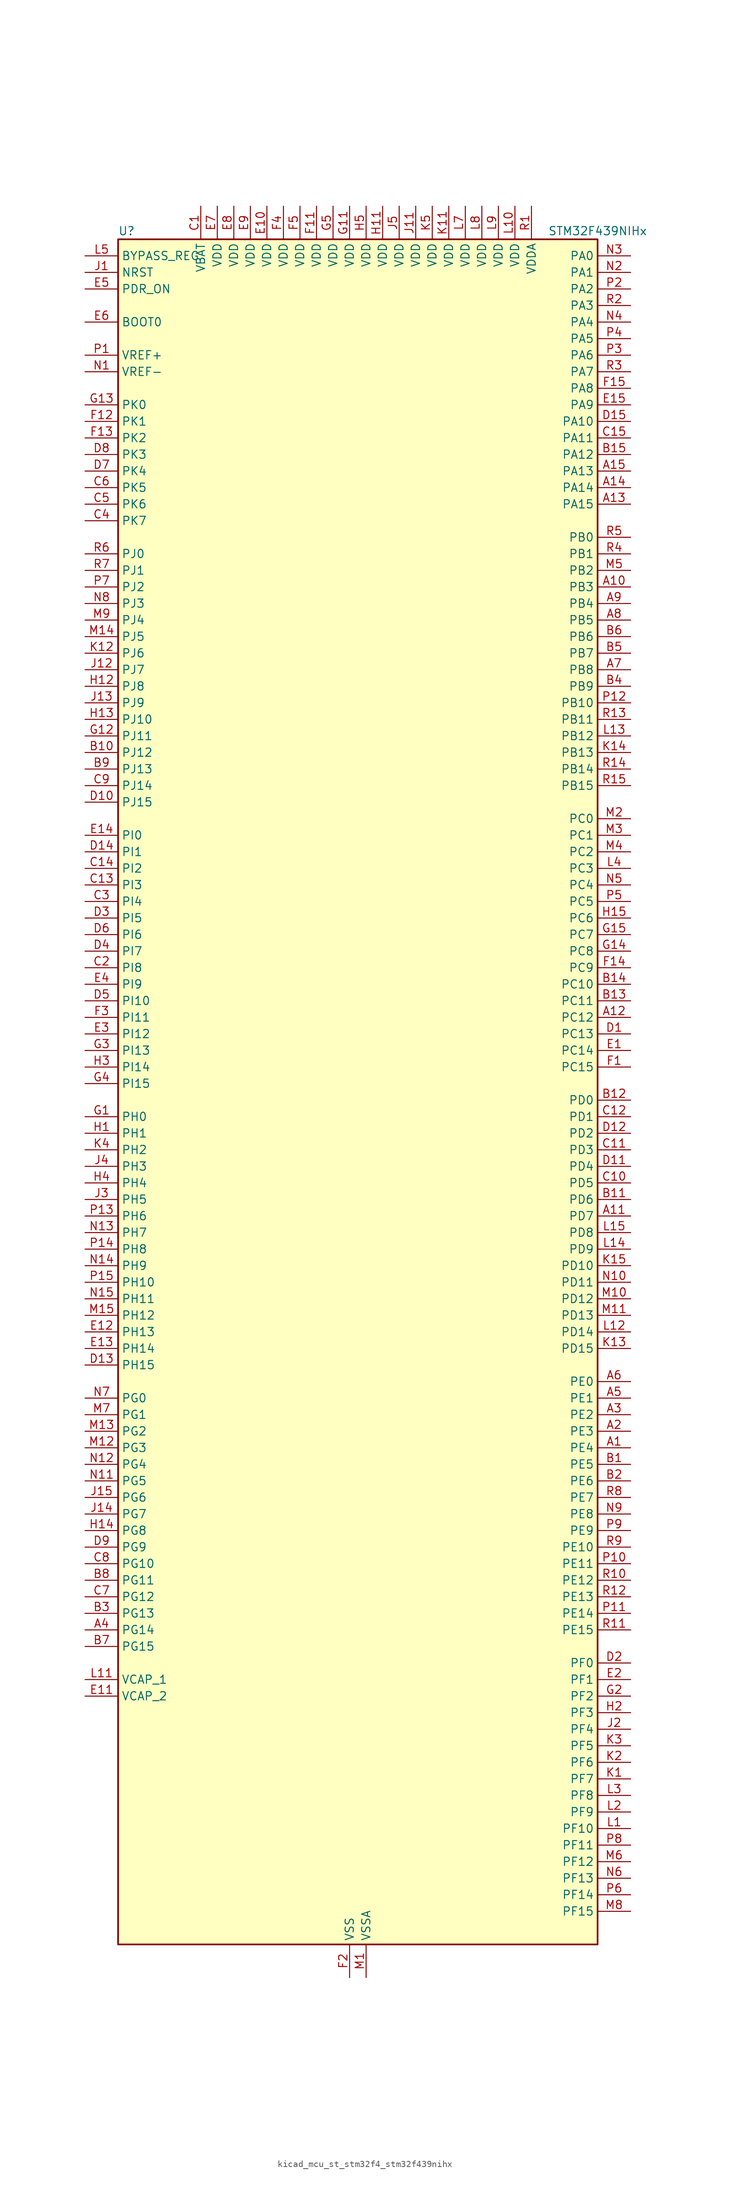
<source format=kicad_sym>
(kicad_symbol_lib
  (version 20220914)
  (generator kicad_symbol_editor)
  (symbol "kicad_mcu_st_stm32f4_stm32f439nihx"
    (property "Reference" "U"
      (at -35.56 133.35 0)
      (effects (font (size 1.27 1.27)) (justify left)))
    (property "Value" "STM32F439NIHx"
      (at 30.48 133.35 0)
      (effects (font (size 1.27 1.27)) (justify left)))
    (property "ki_locked" ""
      (at 0 0 0)
      (effects (font (size 1.27 1.27))))
    (symbol "kicad_mcu_st_stm32f4_stm32f439nihx_0_1"
      (rectangle (start -35.56 -129.54) (end 38.1 132.08) (stroke (width 0.254) (type default)) (fill (type background))))
    (symbol "kicad_mcu_st_stm32f4_stm32f439nihx_1_1"
      (pin bidirectional line (at 43.18 -53.34 180) (length 5.08) (name "PE4" (effects (font (size 1.27 1.27)))) (number "A1" (effects (font (size 1.27 1.27)))) (alternate "DCMI_D4" bidirectional line) (alternate "FMC_A20" bidirectional line) (alternate "LTDC_B0" bidirectional line) (alternate "SAI1_FS_A" bidirectional line) (alternate "SPI4_NSS" bidirectional line) (alternate "SYS_TRACED1" bidirectional line))
      (pin bidirectional line (at 43.18 78.74 180) (length 5.08) (name "PB3" (effects (font (size 1.27 1.27)))) (number "A10" (effects (font (size 1.27 1.27)))) (alternate "I2S3_CK" bidirectional line) (alternate "SPI1_SCK" bidirectional line) (alternate "SPI3_SCK" bidirectional line) (alternate "SYS_JTDO-SWO" bidirectional line) (alternate "TIM2_CH2" bidirectional line))
      (pin bidirectional line (at 43.18 -17.78 180) (length 5.08) (name "PD7" (effects (font (size 1.27 1.27)))) (number "A11" (effects (font (size 1.27 1.27)))) (alternate "FMC_NCE2" bidirectional line) (alternate "FMC_NE1" bidirectional line) (alternate "USART2_CK" bidirectional line))
      (pin bidirectional line (at 43.18 12.7 180) (length 5.08) (name "PC12" (effects (font (size 1.27 1.27)))) (number "A12" (effects (font (size 1.27 1.27)))) (alternate "DCMI_D9" bidirectional line) (alternate "I2S3_SD" bidirectional line) (alternate "SDIO_CK" bidirectional line) (alternate "SPI3_MOSI" bidirectional line) (alternate "UART5_TX" bidirectional line) (alternate "USART3_CK" bidirectional line))
      (pin bidirectional line (at 43.18 91.44 180) (length 5.08) (name "PA15" (effects (font (size 1.27 1.27)))) (number "A13" (effects (font (size 1.27 1.27)))) (alternate "ADC1_EXTI15" bidirectional line) (alternate "ADC2_EXTI15" bidirectional line) (alternate "ADC3_EXTI15" bidirectional line) (alternate "I2S3_WS" bidirectional line) (alternate "SPI1_NSS" bidirectional line) (alternate "SPI3_NSS" bidirectional line) (alternate "SYS_JTDI" bidirectional line) (alternate "TIM2_CH1" bidirectional line) (alternate "TIM2_ETR" bidirectional line))
      (pin bidirectional line (at 43.18 93.98 180) (length 5.08) (name "PA14" (effects (font (size 1.27 1.27)))) (number "A14" (effects (font (size 1.27 1.27)))) (alternate "SYS_JTCK-SWCLK" bidirectional line))
      (pin bidirectional line (at 43.18 96.52 180) (length 5.08) (name "PA13" (effects (font (size 1.27 1.27)))) (number "A15" (effects (font (size 1.27 1.27)))) (alternate "SYS_JTMS-SWDIO" bidirectional line))
      (pin bidirectional line (at 43.18 -50.8 180) (length 5.08) (name "PE3" (effects (font (size 1.27 1.27)))) (number "A2" (effects (font (size 1.27 1.27)))) (alternate "FMC_A19" bidirectional line) (alternate "SAI1_SD_B" bidirectional line) (alternate "SYS_TRACED0" bidirectional line))
      (pin bidirectional line (at 43.18 -48.26 180) (length 5.08) (name "PE2" (effects (font (size 1.27 1.27)))) (number "A3" (effects (font (size 1.27 1.27)))) (alternate "ETH_TXD3" bidirectional line) (alternate "FMC_A23" bidirectional line) (alternate "SAI1_MCLK_A" bidirectional line) (alternate "SPI4_SCK" bidirectional line) (alternate "SYS_TRACECLK" bidirectional line))
      (pin bidirectional line (at -40.64 -81.28 0) (length 5.08) (name "PG14" (effects (font (size 1.27 1.27)))) (number "A4" (effects (font (size 1.27 1.27)))) (alternate "ETH_TXD1" bidirectional line) (alternate "FMC_A25" bidirectional line) (alternate "SPI6_MOSI" bidirectional line) (alternate "USART6_TX" bidirectional line))
      (pin bidirectional line (at 43.18 -45.72 180) (length 5.08) (name "PE1" (effects (font (size 1.27 1.27)))) (number "A5" (effects (font (size 1.27 1.27)))) (alternate "DCMI_D3" bidirectional line) (alternate "FMC_NBL1" bidirectional line) (alternate "UART8_TX" bidirectional line))
      (pin bidirectional line (at 43.18 -43.18 180) (length 5.08) (name "PE0" (effects (font (size 1.27 1.27)))) (number "A6" (effects (font (size 1.27 1.27)))) (alternate "DCMI_D2" bidirectional line) (alternate "FMC_NBL0" bidirectional line) (alternate "TIM4_ETR" bidirectional line) (alternate "UART8_RX" bidirectional line))
      (pin bidirectional line (at 43.18 66.04 180) (length 5.08) (name "PB8" (effects (font (size 1.27 1.27)))) (number "A7" (effects (font (size 1.27 1.27)))) (alternate "CAN1_RX" bidirectional line) (alternate "DCMI_D6" bidirectional line) (alternate "ETH_TXD3" bidirectional line) (alternate "I2C1_SCL" bidirectional line) (alternate "LTDC_B6" bidirectional line) (alternate "SDIO_D4" bidirectional line) (alternate "TIM10_CH1" bidirectional line) (alternate "TIM4_CH3" bidirectional line))
      (pin bidirectional line (at 43.18 73.66 180) (length 5.08) (name "PB5" (effects (font (size 1.27 1.27)))) (number "A8" (effects (font (size 1.27 1.27)))) (alternate "CAN2_RX" bidirectional line) (alternate "DCMI_D10" bidirectional line) (alternate "ETH_PPS_OUT" bidirectional line) (alternate "FMC_SDCKE1" bidirectional line) (alternate "I2C1_SMBA" bidirectional line) (alternate "I2S3_SD" bidirectional line) (alternate "SPI1_MOSI" bidirectional line) (alternate "SPI3_MOSI" bidirectional line) (alternate "TIM3_CH2" bidirectional line) (alternate "USB_OTG_HS_ULPI_D7" bidirectional line))
      (pin bidirectional line (at 43.18 76.2 180) (length 5.08) (name "PB4" (effects (font (size 1.27 1.27)))) (number "A9" (effects (font (size 1.27 1.27)))) (alternate "I2S3_ext_SD" bidirectional line) (alternate "SPI1_MISO" bidirectional line) (alternate "SPI3_MISO" bidirectional line) (alternate "SYS_JTRST" bidirectional line) (alternate "TIM3_CH1" bidirectional line))
      (pin bidirectional line (at 43.18 -55.88 180) (length 5.08) (name "PE5" (effects (font (size 1.27 1.27)))) (number "B1" (effects (font (size 1.27 1.27)))) (alternate "DCMI_D6" bidirectional line) (alternate "FMC_A21" bidirectional line) (alternate "LTDC_G0" bidirectional line) (alternate "SAI1_SCK_A" bidirectional line) (alternate "SPI4_MISO" bidirectional line) (alternate "SYS_TRACED2" bidirectional line) (alternate "TIM9_CH1" bidirectional line))
      (pin bidirectional line (at -40.64 53.34 0) (length 5.08) (name "PJ12" (effects (font (size 1.27 1.27)))) (number "B10" (effects (font (size 1.27 1.27)))) (alternate "LTDC_B0" bidirectional line))
      (pin bidirectional line (at 43.18 -15.24 180) (length 5.08) (name "PD6" (effects (font (size 1.27 1.27)))) (number "B11" (effects (font (size 1.27 1.27)))) (alternate "DCMI_D10" bidirectional line) (alternate "FMC_NWAIT" bidirectional line) (alternate "I2S3_SD" bidirectional line) (alternate "LTDC_B2" bidirectional line) (alternate "SAI1_SD_A" bidirectional line) (alternate "SPI3_MOSI" bidirectional line) (alternate "USART2_RX" bidirectional line))
      (pin bidirectional line (at 43.18 0 180) (length 5.08) (name "PD0" (effects (font (size 1.27 1.27)))) (number "B12" (effects (font (size 1.27 1.27)))) (alternate "CAN1_RX" bidirectional line) (alternate "FMC_D2" bidirectional line) (alternate "FMC_DA2" bidirectional line))
      (pin bidirectional line (at 43.18 15.24 180) (length 5.08) (name "PC11" (effects (font (size 1.27 1.27)))) (number "B13" (effects (font (size 1.27 1.27)))) (alternate "ADC1_EXTI11" bidirectional line) (alternate "ADC2_EXTI11" bidirectional line) (alternate "ADC3_EXTI11" bidirectional line) (alternate "DCMI_D4" bidirectional line) (alternate "I2S3_ext_SD" bidirectional line) (alternate "SDIO_D3" bidirectional line) (alternate "SPI3_MISO" bidirectional line) (alternate "UART4_RX" bidirectional line) (alternate "USART3_RX" bidirectional line))
      (pin bidirectional line (at 43.18 17.78 180) (length 5.08) (name "PC10" (effects (font (size 1.27 1.27)))) (number "B14" (effects (font (size 1.27 1.27)))) (alternate "DCMI_D8" bidirectional line) (alternate "I2S3_CK" bidirectional line) (alternate "LTDC_R2" bidirectional line) (alternate "SDIO_D2" bidirectional line) (alternate "SPI3_SCK" bidirectional line) (alternate "UART4_TX" bidirectional line) (alternate "USART3_TX" bidirectional line))
      (pin bidirectional line (at 43.18 99.06 180) (length 5.08) (name "PA12" (effects (font (size 1.27 1.27)))) (number "B15" (effects (font (size 1.27 1.27)))) (alternate "CAN1_TX" bidirectional line) (alternate "LTDC_R5" bidirectional line) (alternate "TIM1_ETR" bidirectional line) (alternate "USART1_RTS" bidirectional line) (alternate "USB_OTG_FS_DP" bidirectional line))
      (pin bidirectional line (at 43.18 -58.42 180) (length 5.08) (name "PE6" (effects (font (size 1.27 1.27)))) (number "B2" (effects (font (size 1.27 1.27)))) (alternate "DCMI_D7" bidirectional line) (alternate "FMC_A22" bidirectional line) (alternate "LTDC_G1" bidirectional line) (alternate "SAI1_SD_A" bidirectional line) (alternate "SPI4_MOSI" bidirectional line) (alternate "SYS_TRACED3" bidirectional line) (alternate "TIM9_CH2" bidirectional line))
      (pin bidirectional line (at -40.64 -78.74 0) (length 5.08) (name "PG13" (effects (font (size 1.27 1.27)))) (number "B3" (effects (font (size 1.27 1.27)))) (alternate "ETH_TXD0" bidirectional line) (alternate "FMC_A24" bidirectional line) (alternate "SPI6_SCK" bidirectional line) (alternate "USART6_CTS" bidirectional line))
      (pin bidirectional line (at 43.18 63.5 180) (length 5.08) (name "PB9" (effects (font (size 1.27 1.27)))) (number "B4" (effects (font (size 1.27 1.27)))) (alternate "CAN1_TX" bidirectional line) (alternate "DAC_EXTI9" bidirectional line) (alternate "DCMI_D7" bidirectional line) (alternate "I2C1_SDA" bidirectional line) (alternate "I2S2_WS" bidirectional line) (alternate "LTDC_B7" bidirectional line) (alternate "SDIO_D5" bidirectional line) (alternate "SPI2_NSS" bidirectional line) (alternate "TIM11_CH1" bidirectional line) (alternate "TIM4_CH4" bidirectional line))
      (pin bidirectional line (at 43.18 68.58 180) (length 5.08) (name "PB7" (effects (font (size 1.27 1.27)))) (number "B5" (effects (font (size 1.27 1.27)))) (alternate "DCMI_VSYNC" bidirectional line) (alternate "FMC_NL" bidirectional line) (alternate "I2C1_SDA" bidirectional line) (alternate "TIM4_CH2" bidirectional line) (alternate "USART1_RX" bidirectional line))
      (pin bidirectional line (at 43.18 71.12 180) (length 5.08) (name "PB6" (effects (font (size 1.27 1.27)))) (number "B6" (effects (font (size 1.27 1.27)))) (alternate "CAN2_TX" bidirectional line) (alternate "DCMI_D5" bidirectional line) (alternate "FMC_SDNE1" bidirectional line) (alternate "I2C1_SCL" bidirectional line) (alternate "TIM4_CH1" bidirectional line) (alternate "USART1_TX" bidirectional line))
      (pin bidirectional line (at -40.64 -83.82 0) (length 5.08) (name "PG15" (effects (font (size 1.27 1.27)))) (number "B7" (effects (font (size 1.27 1.27)))) (alternate "ADC1_EXTI15" bidirectional line) (alternate "ADC2_EXTI15" bidirectional line) (alternate "ADC3_EXTI15" bidirectional line) (alternate "DCMI_D13" bidirectional line) (alternate "FMC_SDNCAS" bidirectional line) (alternate "USART6_CTS" bidirectional line))
      (pin bidirectional line (at -40.64 -73.66 0) (length 5.08) (name "PG11" (effects (font (size 1.27 1.27)))) (number "B8" (effects (font (size 1.27 1.27)))) (alternate "ADC1_EXTI11" bidirectional line) (alternate "ADC2_EXTI11" bidirectional line) (alternate "ADC3_EXTI11" bidirectional line) (alternate "DCMI_D3" bidirectional line) (alternate "ETH_TX_EN" bidirectional line) (alternate "FMC_NCE4_2" bidirectional line) (alternate "LTDC_B3" bidirectional line))
      (pin bidirectional line (at -40.64 50.8 0) (length 5.08) (name "PJ13" (effects (font (size 1.27 1.27)))) (number "B9" (effects (font (size 1.27 1.27)))) (alternate "LTDC_B1" bidirectional line))
      (pin power_in line (at -22.86 137.16 270) (length 5.08) (name "VBAT" (effects (font (size 1.27 1.27)))) (number "C1" (effects (font (size 1.27 1.27)))))
      (pin bidirectional line (at 43.18 -12.7 180) (length 5.08) (name "PD5" (effects (font (size 1.27 1.27)))) (number "C10" (effects (font (size 1.27 1.27)))) (alternate "FMC_NWE" bidirectional line) (alternate "USART2_TX" bidirectional line))
      (pin bidirectional line (at 43.18 -7.62 180) (length 5.08) (name "PD3" (effects (font (size 1.27 1.27)))) (number "C11" (effects (font (size 1.27 1.27)))) (alternate "DCMI_D5" bidirectional line) (alternate "FMC_CLK" bidirectional line) (alternate "I2S2_CK" bidirectional line) (alternate "LTDC_G7" bidirectional line) (alternate "SPI2_SCK" bidirectional line) (alternate "USART2_CTS" bidirectional line))
      (pin bidirectional line (at 43.18 -2.54 180) (length 5.08) (name "PD1" (effects (font (size 1.27 1.27)))) (number "C12" (effects (font (size 1.27 1.27)))) (alternate "CAN1_TX" bidirectional line) (alternate "FMC_D3" bidirectional line) (alternate "FMC_DA3" bidirectional line))
      (pin bidirectional line (at -40.64 33.02 0) (length 5.08) (name "PI3" (effects (font (size 1.27 1.27)))) (number "C13" (effects (font (size 1.27 1.27)))) (alternate "DCMI_D10" bidirectional line) (alternate "FMC_D27" bidirectional line) (alternate "I2S2_SD" bidirectional line) (alternate "SPI2_MOSI" bidirectional line) (alternate "TIM8_ETR" bidirectional line))
      (pin bidirectional line (at -40.64 35.56 0) (length 5.08) (name "PI2" (effects (font (size 1.27 1.27)))) (number "C14" (effects (font (size 1.27 1.27)))) (alternate "DCMI_D9" bidirectional line) (alternate "FMC_D26" bidirectional line) (alternate "I2S2_ext_SD" bidirectional line) (alternate "LTDC_G7" bidirectional line) (alternate "SPI2_MISO" bidirectional line) (alternate "TIM8_CH4" bidirectional line))
      (pin bidirectional line (at 43.18 101.6 180) (length 5.08) (name "PA11" (effects (font (size 1.27 1.27)))) (number "C15" (effects (font (size 1.27 1.27)))) (alternate "ADC1_EXTI11" bidirectional line) (alternate "ADC2_EXTI11" bidirectional line) (alternate "ADC3_EXTI11" bidirectional line) (alternate "CAN1_RX" bidirectional line) (alternate "LTDC_R4" bidirectional line) (alternate "TIM1_CH4" bidirectional line) (alternate "USART1_CTS" bidirectional line) (alternate "USB_OTG_FS_DM" bidirectional line))
      (pin bidirectional line (at -40.64 20.32 0) (length 5.08) (name "PI8" (effects (font (size 1.27 1.27)))) (number "C2" (effects (font (size 1.27 1.27)))) (alternate "RTC_AF2" bidirectional line))
      (pin bidirectional line (at -40.64 30.48 0) (length 5.08) (name "PI4" (effects (font (size 1.27 1.27)))) (number "C3" (effects (font (size 1.27 1.27)))) (alternate "DCMI_D5" bidirectional line) (alternate "FMC_NBL2" bidirectional line) (alternate "LTDC_B4" bidirectional line) (alternate "TIM8_BKIN" bidirectional line))
      (pin bidirectional line (at -40.64 88.9 0) (length 5.08) (name "PK7" (effects (font (size 1.27 1.27)))) (number "C4" (effects (font (size 1.27 1.27)))) (alternate "LTDC_DE" bidirectional line))
      (pin bidirectional line (at -40.64 91.44 0) (length 5.08) (name "PK6" (effects (font (size 1.27 1.27)))) (number "C5" (effects (font (size 1.27 1.27)))) (alternate "LTDC_B7" bidirectional line))
      (pin bidirectional line (at -40.64 93.98 0) (length 5.08) (name "PK5" (effects (font (size 1.27 1.27)))) (number "C6" (effects (font (size 1.27 1.27)))) (alternate "LTDC_B6" bidirectional line))
      (pin bidirectional line (at -40.64 -76.2 0) (length 5.08) (name "PG12" (effects (font (size 1.27 1.27)))) (number "C7" (effects (font (size 1.27 1.27)))) (alternate "FMC_NE4" bidirectional line) (alternate "LTDC_B1" bidirectional line) (alternate "LTDC_B4" bidirectional line) (alternate "SPI6_MISO" bidirectional line) (alternate "USART6_RTS" bidirectional line))
      (pin bidirectional line (at -40.64 -71.12 0) (length 5.08) (name "PG10" (effects (font (size 1.27 1.27)))) (number "C8" (effects (font (size 1.27 1.27)))) (alternate "DCMI_D2" bidirectional line) (alternate "FMC_NCE4_1" bidirectional line) (alternate "FMC_NE3" bidirectional line) (alternate "LTDC_B2" bidirectional line) (alternate "LTDC_G3" bidirectional line))
      (pin bidirectional line (at -40.64 48.26 0) (length 5.08) (name "PJ14" (effects (font (size 1.27 1.27)))) (number "C9" (effects (font (size 1.27 1.27)))) (alternate "LTDC_B2" bidirectional line))
      (pin bidirectional line (at 43.18 10.16 180) (length 5.08) (name "PC13" (effects (font (size 1.27 1.27)))) (number "D1" (effects (font (size 1.27 1.27)))) (alternate "RTC_AF1" bidirectional line))
      (pin bidirectional line (at -40.64 45.72 0) (length 5.08) (name "PJ15" (effects (font (size 1.27 1.27)))) (number "D10" (effects (font (size 1.27 1.27)))) (alternate "ADC1_EXTI15" bidirectional line) (alternate "ADC2_EXTI15" bidirectional line) (alternate "ADC3_EXTI15" bidirectional line) (alternate "LTDC_B3" bidirectional line))
      (pin bidirectional line (at 43.18 -10.16 180) (length 5.08) (name "PD4" (effects (font (size 1.27 1.27)))) (number "D11" (effects (font (size 1.27 1.27)))) (alternate "FMC_NOE" bidirectional line) (alternate "USART2_RTS" bidirectional line))
      (pin bidirectional line (at 43.18 -5.08 180) (length 5.08) (name "PD2" (effects (font (size 1.27 1.27)))) (number "D12" (effects (font (size 1.27 1.27)))) (alternate "DCMI_D11" bidirectional line) (alternate "SDIO_CMD" bidirectional line) (alternate "TIM3_ETR" bidirectional line) (alternate "UART5_RX" bidirectional line))
      (pin bidirectional line (at -40.64 -40.64 0) (length 5.08) (name "PH15" (effects (font (size 1.27 1.27)))) (number "D13" (effects (font (size 1.27 1.27)))) (alternate "ADC1_EXTI15" bidirectional line) (alternate "ADC2_EXTI15" bidirectional line) (alternate "ADC3_EXTI15" bidirectional line) (alternate "DCMI_D11" bidirectional line) (alternate "FMC_D23" bidirectional line) (alternate "LTDC_G4" bidirectional line) (alternate "TIM8_CH3N" bidirectional line))
      (pin bidirectional line (at -40.64 38.1 0) (length 5.08) (name "PI1" (effects (font (size 1.27 1.27)))) (number "D14" (effects (font (size 1.27 1.27)))) (alternate "DCMI_D8" bidirectional line) (alternate "FMC_D25" bidirectional line) (alternate "I2S2_CK" bidirectional line) (alternate "LTDC_G6" bidirectional line) (alternate "SPI2_SCK" bidirectional line))
      (pin bidirectional line (at 43.18 104.14 180) (length 5.08) (name "PA10" (effects (font (size 1.27 1.27)))) (number "D15" (effects (font (size 1.27 1.27)))) (alternate "DCMI_D1" bidirectional line) (alternate "TIM1_CH3" bidirectional line) (alternate "USART1_RX" bidirectional line) (alternate "USB_OTG_FS_ID" bidirectional line))
      (pin bidirectional line (at 43.18 -86.36 180) (length 5.08) (name "PF0" (effects (font (size 1.27 1.27)))) (number "D2" (effects (font (size 1.27 1.27)))) (alternate "FMC_A0" bidirectional line) (alternate "I2C2_SDA" bidirectional line))
      (pin bidirectional line (at -40.64 27.94 0) (length 5.08) (name "PI5" (effects (font (size 1.27 1.27)))) (number "D3" (effects (font (size 1.27 1.27)))) (alternate "DCMI_VSYNC" bidirectional line) (alternate "FMC_NBL3" bidirectional line) (alternate "LTDC_B5" bidirectional line) (alternate "TIM8_CH1" bidirectional line))
      (pin bidirectional line (at -40.64 22.86 0) (length 5.08) (name "PI7" (effects (font (size 1.27 1.27)))) (number "D4" (effects (font (size 1.27 1.27)))) (alternate "DCMI_D7" bidirectional line) (alternate "FMC_D29" bidirectional line) (alternate "LTDC_B7" bidirectional line) (alternate "TIM8_CH3" bidirectional line))
      (pin bidirectional line (at -40.64 15.24 0) (length 5.08) (name "PI10" (effects (font (size 1.27 1.27)))) (number "D5" (effects (font (size 1.27 1.27)))) (alternate "ETH_RX_ER" bidirectional line) (alternate "FMC_D31" bidirectional line) (alternate "LTDC_HSYNC" bidirectional line))
      (pin bidirectional line (at -40.64 25.4 0) (length 5.08) (name "PI6" (effects (font (size 1.27 1.27)))) (number "D6" (effects (font (size 1.27 1.27)))) (alternate "DCMI_D6" bidirectional line) (alternate "FMC_D28" bidirectional line) (alternate "LTDC_B6" bidirectional line) (alternate "TIM8_CH2" bidirectional line))
      (pin bidirectional line (at -40.64 96.52 0) (length 5.08) (name "PK4" (effects (font (size 1.27 1.27)))) (number "D7" (effects (font (size 1.27 1.27)))) (alternate "LTDC_B5" bidirectional line))
      (pin bidirectional line (at -40.64 99.06 0) (length 5.08) (name "PK3" (effects (font (size 1.27 1.27)))) (number "D8" (effects (font (size 1.27 1.27)))) (alternate "LTDC_B4" bidirectional line))
      (pin bidirectional line (at -40.64 -68.58 0) (length 5.08) (name "PG9" (effects (font (size 1.27 1.27)))) (number "D9" (effects (font (size 1.27 1.27)))) (alternate "DAC_EXTI9" bidirectional line) (alternate "DCMI_VSYNC" bidirectional line) (alternate "FMC_NCE3" bidirectional line) (alternate "FMC_NE2" bidirectional line) (alternate "USART6_RX" bidirectional line))
      (pin bidirectional line (at 43.18 7.62 180) (length 5.08) (name "PC14" (effects (font (size 1.27 1.27)))) (number "E1" (effects (font (size 1.27 1.27)))) (alternate "RCC_OSC32_IN" bidirectional line))
      (pin power_in line (at -12.7 137.16 270) (length 5.08) (name "VDD" (effects (font (size 1.27 1.27)))) (number "E10" (effects (font (size 1.27 1.27)))))
      (pin power_out line (at -40.64 -91.44 0) (length 5.08) (name "VCAP_2" (effects (font (size 1.27 1.27)))) (number "E11" (effects (font (size 1.27 1.27)))))
      (pin bidirectional line (at -40.64 -35.56 0) (length 5.08) (name "PH13" (effects (font (size 1.27 1.27)))) (number "E12" (effects (font (size 1.27 1.27)))) (alternate "CAN1_TX" bidirectional line) (alternate "FMC_D21" bidirectional line) (alternate "LTDC_G2" bidirectional line) (alternate "TIM8_CH1N" bidirectional line))
      (pin bidirectional line (at -40.64 -38.1 0) (length 5.08) (name "PH14" (effects (font (size 1.27 1.27)))) (number "E13" (effects (font (size 1.27 1.27)))) (alternate "DCMI_D4" bidirectional line) (alternate "FMC_D22" bidirectional line) (alternate "LTDC_G3" bidirectional line) (alternate "TIM8_CH2N" bidirectional line))
      (pin bidirectional line (at -40.64 40.64 0) (length 5.08) (name "PI0" (effects (font (size 1.27 1.27)))) (number "E14" (effects (font (size 1.27 1.27)))) (alternate "DCMI_D13" bidirectional line) (alternate "FMC_D24" bidirectional line) (alternate "I2S2_WS" bidirectional line) (alternate "LTDC_G5" bidirectional line) (alternate "SPI2_NSS" bidirectional line) (alternate "TIM5_CH4" bidirectional line))
      (pin bidirectional line (at 43.18 106.68 180) (length 5.08) (name "PA9" (effects (font (size 1.27 1.27)))) (number "E15" (effects (font (size 1.27 1.27)))) (alternate "DAC_EXTI9" bidirectional line) (alternate "DCMI_D0" bidirectional line) (alternate "I2C3_SMBA" bidirectional line) (alternate "TIM1_CH2" bidirectional line) (alternate "USART1_TX" bidirectional line) (alternate "USB_OTG_FS_VBUS" bidirectional line))
      (pin bidirectional line (at 43.18 -88.9 180) (length 5.08) (name "PF1" (effects (font (size 1.27 1.27)))) (number "E2" (effects (font (size 1.27 1.27)))) (alternate "FMC_A1" bidirectional line) (alternate "I2C2_SCL" bidirectional line))
      (pin bidirectional line (at -40.64 10.16 0) (length 5.08) (name "PI12" (effects (font (size 1.27 1.27)))) (number "E3" (effects (font (size 1.27 1.27)))) (alternate "LTDC_HSYNC" bidirectional line))
      (pin bidirectional line (at -40.64 17.78 0) (length 5.08) (name "PI9" (effects (font (size 1.27 1.27)))) (number "E4" (effects (font (size 1.27 1.27)))) (alternate "CAN1_RX" bidirectional line) (alternate "DAC_EXTI9" bidirectional line) (alternate "FMC_D30" bidirectional line) (alternate "LTDC_VSYNC" bidirectional line))
      (pin input line (at -40.64 124.46 0) (length 5.08) (name "PDR_ON" (effects (font (size 1.27 1.27)))) (number "E5" (effects (font (size 1.27 1.27)))))
      (pin input line (at -40.64 119.38 0) (length 5.08) (name "BOOT0" (effects (font (size 1.27 1.27)))) (number "E6" (effects (font (size 1.27 1.27)))))
      (pin power_in line (at -20.32 137.16 270) (length 5.08) (name "VDD" (effects (font (size 1.27 1.27)))) (number "E7" (effects (font (size 1.27 1.27)))))
      (pin power_in line (at -17.78 137.16 270) (length 5.08) (name "VDD" (effects (font (size 1.27 1.27)))) (number "E8" (effects (font (size 1.27 1.27)))))
      (pin power_in line (at -15.24 137.16 270) (length 5.08) (name "VDD" (effects (font (size 1.27 1.27)))) (number "E9" (effects (font (size 1.27 1.27)))))
      (pin bidirectional line (at 43.18 5.08 180) (length 5.08) (name "PC15" (effects (font (size 1.27 1.27)))) (number "F1" (effects (font (size 1.27 1.27)))) (alternate "ADC1_EXTI15" bidirectional line) (alternate "ADC2_EXTI15" bidirectional line) (alternate "ADC3_EXTI15" bidirectional line) (alternate "RCC_OSC32_OUT" bidirectional line))
      (pin passive line (at 0 -134.62 90) (length 5.08) hide (name "VSS" (effects (font (size 1.27 1.27)))) (number "F10" (effects (font (size 1.27 1.27)))))
      (pin power_in line (at -5.08 137.16 270) (length 5.08) (name "VDD" (effects (font (size 1.27 1.27)))) (number "F11" (effects (font (size 1.27 1.27)))))
      (pin bidirectional line (at -40.64 104.14 0) (length 5.08) (name "PK1" (effects (font (size 1.27 1.27)))) (number "F12" (effects (font (size 1.27 1.27)))) (alternate "LTDC_G6" bidirectional line))
      (pin bidirectional line (at -40.64 101.6 0) (length 5.08) (name "PK2" (effects (font (size 1.27 1.27)))) (number "F13" (effects (font (size 1.27 1.27)))) (alternate "LTDC_G7" bidirectional line))
      (pin bidirectional line (at 43.18 20.32 180) (length 5.08) (name "PC9" (effects (font (size 1.27 1.27)))) (number "F14" (effects (font (size 1.27 1.27)))) (alternate "DAC_EXTI9" bidirectional line) (alternate "DCMI_D3" bidirectional line) (alternate "I2C3_SDA" bidirectional line) (alternate "I2S_CKIN" bidirectional line) (alternate "RCC_MCO_2" bidirectional line) (alternate "SDIO_D1" bidirectional line) (alternate "TIM3_CH4" bidirectional line) (alternate "TIM8_CH4" bidirectional line))
      (pin bidirectional line (at 43.18 109.22 180) (length 5.08) (name "PA8" (effects (font (size 1.27 1.27)))) (number "F15" (effects (font (size 1.27 1.27)))) (alternate "I2C3_SCL" bidirectional line) (alternate "LTDC_R6" bidirectional line) (alternate "RCC_MCO_1" bidirectional line) (alternate "TIM1_CH1" bidirectional line) (alternate "USART1_CK" bidirectional line) (alternate "USB_OTG_FS_SOF" bidirectional line))
      (pin power_in line (at 0 -134.62 90) (length 5.08) (name "VSS" (effects (font (size 1.27 1.27)))) (number "F2" (effects (font (size 1.27 1.27)))))
      (pin bidirectional line (at -40.64 12.7 0) (length 5.08) (name "PI11" (effects (font (size 1.27 1.27)))) (number "F3" (effects (font (size 1.27 1.27)))) (alternate "ADC1_EXTI11" bidirectional line) (alternate "ADC2_EXTI11" bidirectional line) (alternate "ADC3_EXTI11" bidirectional line) (alternate "USB_OTG_HS_ULPI_DIR" bidirectional line))
      (pin power_in line (at -10.16 137.16 270) (length 5.08) (name "VDD" (effects (font (size 1.27 1.27)))) (number "F4" (effects (font (size 1.27 1.27)))))
      (pin power_in line (at -7.62 137.16 270) (length 5.08) (name "VDD" (effects (font (size 1.27 1.27)))) (number "F5" (effects (font (size 1.27 1.27)))))
      (pin passive line (at 0 -134.62 90) (length 5.08) hide (name "VSS" (effects (font (size 1.27 1.27)))) (number "F6" (effects (font (size 1.27 1.27)))))
      (pin passive line (at 0 -134.62 90) (length 5.08) hide (name "VSS" (effects (font (size 1.27 1.27)))) (number "F7" (effects (font (size 1.27 1.27)))))
      (pin passive line (at 0 -134.62 90) (length 5.08) hide (name "VSS" (effects (font (size 1.27 1.27)))) (number "F8" (effects (font (size 1.27 1.27)))))
      (pin passive line (at 0 -134.62 90) (length 5.08) hide (name "VSS" (effects (font (size 1.27 1.27)))) (number "F9" (effects (font (size 1.27 1.27)))))
      (pin bidirectional line (at -40.64 -2.54 0) (length 5.08) (name "PH0" (effects (font (size 1.27 1.27)))) (number "G1" (effects (font (size 1.27 1.27)))) (alternate "RCC_OSC_IN" bidirectional line))
      (pin passive line (at 0 -134.62 90) (length 5.08) hide (name "VSS" (effects (font (size 1.27 1.27)))) (number "G10" (effects (font (size 1.27 1.27)))))
      (pin power_in line (at 0 137.16 270) (length 5.08) (name "VDD" (effects (font (size 1.27 1.27)))) (number "G11" (effects (font (size 1.27 1.27)))))
      (pin bidirectional line (at -40.64 55.88 0) (length 5.08) (name "PJ11" (effects (font (size 1.27 1.27)))) (number "G12" (effects (font (size 1.27 1.27)))) (alternate "ADC1_EXTI11" bidirectional line) (alternate "ADC2_EXTI11" bidirectional line) (alternate "ADC3_EXTI11" bidirectional line) (alternate "LTDC_G4" bidirectional line))
      (pin bidirectional line (at -40.64 106.68 0) (length 5.08) (name "PK0" (effects (font (size 1.27 1.27)))) (number "G13" (effects (font (size 1.27 1.27)))) (alternate "LTDC_G5" bidirectional line))
      (pin bidirectional line (at 43.18 22.86 180) (length 5.08) (name "PC8" (effects (font (size 1.27 1.27)))) (number "G14" (effects (font (size 1.27 1.27)))) (alternate "DCMI_D2" bidirectional line) (alternate "SDIO_D0" bidirectional line) (alternate "TIM3_CH3" bidirectional line) (alternate "TIM8_CH3" bidirectional line) (alternate "USART6_CK" bidirectional line))
      (pin bidirectional line (at 43.18 25.4 180) (length 5.08) (name "PC7" (effects (font (size 1.27 1.27)))) (number "G15" (effects (font (size 1.27 1.27)))) (alternate "DCMI_D1" bidirectional line) (alternate "I2S3_MCK" bidirectional line) (alternate "LTDC_G6" bidirectional line) (alternate "SDIO_D7" bidirectional line) (alternate "TIM3_CH2" bidirectional line) (alternate "TIM8_CH2" bidirectional line) (alternate "USART6_RX" bidirectional line))
      (pin bidirectional line (at 43.18 -91.44 180) (length 5.08) (name "PF2" (effects (font (size 1.27 1.27)))) (number "G2" (effects (font (size 1.27 1.27)))) (alternate "FMC_A2" bidirectional line) (alternate "I2C2_SMBA" bidirectional line))
      (pin bidirectional line (at -40.64 7.62 0) (length 5.08) (name "PI13" (effects (font (size 1.27 1.27)))) (number "G3" (effects (font (size 1.27 1.27)))) (alternate "LTDC_VSYNC" bidirectional line))
      (pin bidirectional line (at -40.64 2.54 0) (length 5.08) (name "PI15" (effects (font (size 1.27 1.27)))) (number "G4" (effects (font (size 1.27 1.27)))) (alternate "ADC1_EXTI15" bidirectional line) (alternate "ADC2_EXTI15" bidirectional line) (alternate "ADC3_EXTI15" bidirectional line) (alternate "LTDC_R0" bidirectional line))
      (pin power_in line (at -2.54 137.16 270) (length 5.08) (name "VDD" (effects (font (size 1.27 1.27)))) (number "G5" (effects (font (size 1.27 1.27)))))
      (pin passive line (at 0 -134.62 90) (length 5.08) hide (name "VSS" (effects (font (size 1.27 1.27)))) (number "G6" (effects (font (size 1.27 1.27)))))
      (pin bidirectional line (at -40.64 -5.08 0) (length 5.08) (name "PH1" (effects (font (size 1.27 1.27)))) (number "H1" (effects (font (size 1.27 1.27)))) (alternate "RCC_OSC_OUT" bidirectional line))
      (pin passive line (at 0 -134.62 90) (length 5.08) hide (name "VSS" (effects (font (size 1.27 1.27)))) (number "H10" (effects (font (size 1.27 1.27)))))
      (pin power_in line (at 5.08 137.16 270) (length 5.08) (name "VDD" (effects (font (size 1.27 1.27)))) (number "H11" (effects (font (size 1.27 1.27)))))
      (pin bidirectional line (at -40.64 63.5 0) (length 5.08) (name "PJ8" (effects (font (size 1.27 1.27)))) (number "H12" (effects (font (size 1.27 1.27)))) (alternate "LTDC_G1" bidirectional line))
      (pin bidirectional line (at -40.64 58.42 0) (length 5.08) (name "PJ10" (effects (font (size 1.27 1.27)))) (number "H13" (effects (font (size 1.27 1.27)))) (alternate "LTDC_G3" bidirectional line))
      (pin bidirectional line (at -40.64 -66.04 0) (length 5.08) (name "PG8" (effects (font (size 1.27 1.27)))) (number "H14" (effects (font (size 1.27 1.27)))) (alternate "ETH_PPS_OUT" bidirectional line) (alternate "FMC_SDCLK" bidirectional line) (alternate "SPI6_NSS" bidirectional line) (alternate "USART6_RTS" bidirectional line))
      (pin bidirectional line (at 43.18 27.94 180) (length 5.08) (name "PC6" (effects (font (size 1.27 1.27)))) (number "H15" (effects (font (size 1.27 1.27)))) (alternate "DCMI_D0" bidirectional line) (alternate "I2S2_MCK" bidirectional line) (alternate "LTDC_HSYNC" bidirectional line) (alternate "SDIO_D6" bidirectional line) (alternate "TIM3_CH1" bidirectional line) (alternate "TIM8_CH1" bidirectional line) (alternate "USART6_TX" bidirectional line))
      (pin bidirectional line (at 43.18 -93.98 180) (length 5.08) (name "PF3" (effects (font (size 1.27 1.27)))) (number "H2" (effects (font (size 1.27 1.27)))) (alternate "ADC3_IN9" bidirectional line) (alternate "FMC_A3" bidirectional line))
      (pin bidirectional line (at -40.64 5.08 0) (length 5.08) (name "PI14" (effects (font (size 1.27 1.27)))) (number "H3" (effects (font (size 1.27 1.27)))) (alternate "LTDC_CLK" bidirectional line))
      (pin bidirectional line (at -40.64 -12.7 0) (length 5.08) (name "PH4" (effects (font (size 1.27 1.27)))) (number "H4" (effects (font (size 1.27 1.27)))) (alternate "I2C2_SCL" bidirectional line) (alternate "USB_OTG_HS_ULPI_NXT" bidirectional line))
      (pin power_in line (at 2.54 137.16 270) (length 5.08) (name "VDD" (effects (font (size 1.27 1.27)))) (number "H5" (effects (font (size 1.27 1.27)))))
      (pin passive line (at 0 -134.62 90) (length 5.08) hide (name "VSS" (effects (font (size 1.27 1.27)))) (number "H6" (effects (font (size 1.27 1.27)))))
      (pin input line (at -40.64 127 0) (length 5.08) (name "NRST" (effects (font (size 1.27 1.27)))) (number "J1" (effects (font (size 1.27 1.27)))))
      (pin passive line (at 0 -134.62 90) (length 5.08) hide (name "VSS" (effects (font (size 1.27 1.27)))) (number "J10" (effects (font (size 1.27 1.27)))))
      (pin power_in line (at 10.16 137.16 270) (length 5.08) (name "VDD" (effects (font (size 1.27 1.27)))) (number "J11" (effects (font (size 1.27 1.27)))))
      (pin bidirectional line (at -40.64 66.04 0) (length 5.08) (name "PJ7" (effects (font (size 1.27 1.27)))) (number "J12" (effects (font (size 1.27 1.27)))) (alternate "LTDC_G0" bidirectional line))
      (pin bidirectional line (at -40.64 60.96 0) (length 5.08) (name "PJ9" (effects (font (size 1.27 1.27)))) (number "J13" (effects (font (size 1.27 1.27)))) (alternate "DAC_EXTI9" bidirectional line) (alternate "LTDC_G2" bidirectional line))
      (pin bidirectional line (at -40.64 -63.5 0) (length 5.08) (name "PG7" (effects (font (size 1.27 1.27)))) (number "J14" (effects (font (size 1.27 1.27)))) (alternate "DCMI_D13" bidirectional line) (alternate "FMC_INT3" bidirectional line) (alternate "LTDC_CLK" bidirectional line) (alternate "USART6_CK" bidirectional line))
      (pin bidirectional line (at -40.64 -60.96 0) (length 5.08) (name "PG6" (effects (font (size 1.27 1.27)))) (number "J15" (effects (font (size 1.27 1.27)))) (alternate "DCMI_D12" bidirectional line) (alternate "FMC_INT2" bidirectional line) (alternate "LTDC_R7" bidirectional line))
      (pin bidirectional line (at 43.18 -96.52 180) (length 5.08) (name "PF4" (effects (font (size 1.27 1.27)))) (number "J2" (effects (font (size 1.27 1.27)))) (alternate "ADC3_IN14" bidirectional line) (alternate "FMC_A4" bidirectional line))
      (pin bidirectional line (at -40.64 -15.24 0) (length 5.08) (name "PH5" (effects (font (size 1.27 1.27)))) (number "J3" (effects (font (size 1.27 1.27)))) (alternate "FMC_SDNWE" bidirectional line) (alternate "I2C2_SDA" bidirectional line) (alternate "SPI5_NSS" bidirectional line))
      (pin bidirectional line (at -40.64 -10.16 0) (length 5.08) (name "PH3" (effects (font (size 1.27 1.27)))) (number "J4" (effects (font (size 1.27 1.27)))) (alternate "ETH_COL" bidirectional line) (alternate "FMC_SDNE0" bidirectional line) (alternate "LTDC_R1" bidirectional line))
      (pin power_in line (at 7.62 137.16 270) (length 5.08) (name "VDD" (effects (font (size 1.27 1.27)))) (number "J5" (effects (font (size 1.27 1.27)))))
      (pin passive line (at 0 -134.62 90) (length 5.08) hide (name "VSS" (effects (font (size 1.27 1.27)))) (number "J6" (effects (font (size 1.27 1.27)))))
      (pin bidirectional line (at 43.18 -104.14 180) (length 5.08) (name "PF7" (effects (font (size 1.27 1.27)))) (number "K1" (effects (font (size 1.27 1.27)))) (alternate "ADC3_IN5" bidirectional line) (alternate "FMC_NREG" bidirectional line) (alternate "SAI1_MCLK_B" bidirectional line) (alternate "SPI5_SCK" bidirectional line) (alternate "TIM11_CH1" bidirectional line) (alternate "UART7_TX" bidirectional line))
      (pin passive line (at 0 -134.62 90) (length 5.08) hide (name "VSS" (effects (font (size 1.27 1.27)))) (number "K10" (effects (font (size 1.27 1.27)))))
      (pin power_in line (at 15.24 137.16 270) (length 5.08) (name "VDD" (effects (font (size 1.27 1.27)))) (number "K11" (effects (font (size 1.27 1.27)))))
      (pin bidirectional line (at -40.64 68.58 0) (length 5.08) (name "PJ6" (effects (font (size 1.27 1.27)))) (number "K12" (effects (font (size 1.27 1.27)))) (alternate "LTDC_R7" bidirectional line))
      (pin bidirectional line (at 43.18 -38.1 180) (length 5.08) (name "PD15" (effects (font (size 1.27 1.27)))) (number "K13" (effects (font (size 1.27 1.27)))) (alternate "ADC1_EXTI15" bidirectional line) (alternate "ADC2_EXTI15" bidirectional line) (alternate "ADC3_EXTI15" bidirectional line) (alternate "FMC_D1" bidirectional line) (alternate "FMC_DA1" bidirectional line) (alternate "TIM4_CH4" bidirectional line))
      (pin bidirectional line (at 43.18 53.34 180) (length 5.08) (name "PB13" (effects (font (size 1.27 1.27)))) (number "K14" (effects (font (size 1.27 1.27)))) (alternate "CAN2_TX" bidirectional line) (alternate "ETH_TXD1" bidirectional line) (alternate "I2S2_CK" bidirectional line) (alternate "SPI2_SCK" bidirectional line) (alternate "TIM1_CH1N" bidirectional line) (alternate "USART3_CTS" bidirectional line) (alternate "USB_OTG_HS_ULPI_D6" bidirectional line) (alternate "USB_OTG_HS_VBUS" bidirectional line))
      (pin bidirectional line (at 43.18 -25.4 180) (length 5.08) (name "PD10" (effects (font (size 1.27 1.27)))) (number "K15" (effects (font (size 1.27 1.27)))) (alternate "FMC_D15" bidirectional line) (alternate "FMC_DA15" bidirectional line) (alternate "LTDC_B3" bidirectional line) (alternate "USART3_CK" bidirectional line))
      (pin bidirectional line (at 43.18 -101.6 180) (length 5.08) (name "PF6" (effects (font (size 1.27 1.27)))) (number "K2" (effects (font (size 1.27 1.27)))) (alternate "ADC3_IN4" bidirectional line) (alternate "FMC_NIORD" bidirectional line) (alternate "SAI1_SD_B" bidirectional line) (alternate "SPI5_NSS" bidirectional line) (alternate "TIM10_CH1" bidirectional line) (alternate "UART7_RX" bidirectional line))
      (pin bidirectional line (at 43.18 -99.06 180) (length 5.08) (name "PF5" (effects (font (size 1.27 1.27)))) (number "K3" (effects (font (size 1.27 1.27)))) (alternate "ADC3_IN15" bidirectional line) (alternate "FMC_A5" bidirectional line))
      (pin bidirectional line (at -40.64 -7.62 0) (length 5.08) (name "PH2" (effects (font (size 1.27 1.27)))) (number "K4" (effects (font (size 1.27 1.27)))) (alternate "ETH_CRS" bidirectional line) (alternate "FMC_SDCKE0" bidirectional line) (alternate "LTDC_R0" bidirectional line))
      (pin power_in line (at 12.7 137.16 270) (length 5.08) (name "VDD" (effects (font (size 1.27 1.27)))) (number "K5" (effects (font (size 1.27 1.27)))))
      (pin passive line (at 0 -134.62 90) (length 5.08) hide (name "VSS" (effects (font (size 1.27 1.27)))) (number "K6" (effects (font (size 1.27 1.27)))))
      (pin passive line (at 0 -134.62 90) (length 5.08) hide (name "VSS" (effects (font (size 1.27 1.27)))) (number "K7" (effects (font (size 1.27 1.27)))))
      (pin passive line (at 0 -134.62 90) (length 5.08) hide (name "VSS" (effects (font (size 1.27 1.27)))) (number "K8" (effects (font (size 1.27 1.27)))))
      (pin passive line (at 0 -134.62 90) (length 5.08) hide (name "VSS" (effects (font (size 1.27 1.27)))) (number "K9" (effects (font (size 1.27 1.27)))))
      (pin bidirectional line (at 43.18 -111.76 180) (length 5.08) (name "PF10" (effects (font (size 1.27 1.27)))) (number "L1" (effects (font (size 1.27 1.27)))) (alternate "ADC3_IN8" bidirectional line) (alternate "DCMI_D11" bidirectional line) (alternate "FMC_INTR" bidirectional line) (alternate "LTDC_DE" bidirectional line))
      (pin power_in line (at 25.4 137.16 270) (length 5.08) (name "VDD" (effects (font (size 1.27 1.27)))) (number "L10" (effects (font (size 1.27 1.27)))))
      (pin power_out line (at -40.64 -88.9 0) (length 5.08) (name "VCAP_1" (effects (font (size 1.27 1.27)))) (number "L11" (effects (font (size 1.27 1.27)))))
      (pin bidirectional line (at 43.18 -35.56 180) (length 5.08) (name "PD14" (effects (font (size 1.27 1.27)))) (number "L12" (effects (font (size 1.27 1.27)))) (alternate "FMC_D0" bidirectional line) (alternate "FMC_DA0" bidirectional line) (alternate "TIM4_CH3" bidirectional line))
      (pin bidirectional line (at 43.18 55.88 180) (length 5.08) (name "PB12" (effects (font (size 1.27 1.27)))) (number "L13" (effects (font (size 1.27 1.27)))) (alternate "CAN2_RX" bidirectional line) (alternate "ETH_TXD0" bidirectional line) (alternate "I2C2_SMBA" bidirectional line) (alternate "I2S2_WS" bidirectional line) (alternate "SPI2_NSS" bidirectional line) (alternate "TIM1_BKIN" bidirectional line) (alternate "USART3_CK" bidirectional line) (alternate "USB_OTG_HS_ID" bidirectional line) (alternate "USB_OTG_HS_ULPI_D5" bidirectional line))
      (pin bidirectional line (at 43.18 -22.86 180) (length 5.08) (name "PD9" (effects (font (size 1.27 1.27)))) (number "L14" (effects (font (size 1.27 1.27)))) (alternate "DAC_EXTI9" bidirectional line) (alternate "FMC_D14" bidirectional line) (alternate "FMC_DA14" bidirectional line) (alternate "USART3_RX" bidirectional line))
      (pin bidirectional line (at 43.18 -20.32 180) (length 5.08) (name "PD8" (effects (font (size 1.27 1.27)))) (number "L15" (effects (font (size 1.27 1.27)))) (alternate "FMC_D13" bidirectional line) (alternate "FMC_DA13" bidirectional line) (alternate "USART3_TX" bidirectional line))
      (pin bidirectional line (at 43.18 -109.22 180) (length 5.08) (name "PF9" (effects (font (size 1.27 1.27)))) (number "L2" (effects (font (size 1.27 1.27)))) (alternate "ADC3_IN7" bidirectional line) (alternate "DAC_EXTI9" bidirectional line) (alternate "FMC_CD" bidirectional line) (alternate "SAI1_FS_B" bidirectional line) (alternate "SPI5_MOSI" bidirectional line) (alternate "TIM14_CH1" bidirectional line))
      (pin bidirectional line (at 43.18 -106.68 180) (length 5.08) (name "PF8" (effects (font (size 1.27 1.27)))) (number "L3" (effects (font (size 1.27 1.27)))) (alternate "ADC3_IN6" bidirectional line) (alternate "FMC_NIOWR" bidirectional line) (alternate "SAI1_SCK_B" bidirectional line) (alternate "SPI5_MISO" bidirectional line) (alternate "TIM13_CH1" bidirectional line))
      (pin bidirectional line (at 43.18 35.56 180) (length 5.08) (name "PC3" (effects (font (size 1.27 1.27)))) (number "L4" (effects (font (size 1.27 1.27)))) (alternate "ADC1_IN13" bidirectional line) (alternate "ADC2_IN13" bidirectional line) (alternate "ADC3_IN13" bidirectional line) (alternate "ETH_TX_CLK" bidirectional line) (alternate "FMC_SDCKE0" bidirectional line) (alternate "I2S2_SD" bidirectional line) (alternate "SPI2_MOSI" bidirectional line) (alternate "USB_OTG_HS_ULPI_NXT" bidirectional line))
      (pin input line (at -40.64 129.54 0) (length 5.08) (name "BYPASS_REG" (effects (font (size 1.27 1.27)))) (number "L5" (effects (font (size 1.27 1.27)))))
      (pin passive line (at 0 -134.62 90) (length 5.08) hide (name "VSS" (effects (font (size 1.27 1.27)))) (number "L6" (effects (font (size 1.27 1.27)))))
      (pin power_in line (at 17.78 137.16 270) (length 5.08) (name "VDD" (effects (font (size 1.27 1.27)))) (number "L7" (effects (font (size 1.27 1.27)))))
      (pin power_in line (at 20.32 137.16 270) (length 5.08) (name "VDD" (effects (font (size 1.27 1.27)))) (number "L8" (effects (font (size 1.27 1.27)))))
      (pin power_in line (at 22.86 137.16 270) (length 5.08) (name "VDD" (effects (font (size 1.27 1.27)))) (number "L9" (effects (font (size 1.27 1.27)))))
      (pin power_in line (at 2.54 -134.62 90) (length 5.08) (name "VSSA" (effects (font (size 1.27 1.27)))) (number "M1" (effects (font (size 1.27 1.27)))))
      (pin bidirectional line (at 43.18 -30.48 180) (length 5.08) (name "PD12" (effects (font (size 1.27 1.27)))) (number "M10" (effects (font (size 1.27 1.27)))) (alternate "FMC_A17" bidirectional line) (alternate "FMC_ALE" bidirectional line) (alternate "TIM4_CH1" bidirectional line) (alternate "USART3_RTS" bidirectional line))
      (pin bidirectional line (at 43.18 -33.02 180) (length 5.08) (name "PD13" (effects (font (size 1.27 1.27)))) (number "M11" (effects (font (size 1.27 1.27)))) (alternate "FMC_A18" bidirectional line) (alternate "TIM4_CH2" bidirectional line))
      (pin bidirectional line (at -40.64 -53.34 0) (length 5.08) (name "PG3" (effects (font (size 1.27 1.27)))) (number "M12" (effects (font (size 1.27 1.27)))) (alternate "FMC_A13" bidirectional line))
      (pin bidirectional line (at -40.64 -50.8 0) (length 5.08) (name "PG2" (effects (font (size 1.27 1.27)))) (number "M13" (effects (font (size 1.27 1.27)))) (alternate "FMC_A12" bidirectional line))
      (pin bidirectional line (at -40.64 71.12 0) (length 5.08) (name "PJ5" (effects (font (size 1.27 1.27)))) (number "M14" (effects (font (size 1.27 1.27)))) (alternate "LTDC_R6" bidirectional line))
      (pin bidirectional line (at -40.64 -33.02 0) (length 5.08) (name "PH12" (effects (font (size 1.27 1.27)))) (number "M15" (effects (font (size 1.27 1.27)))) (alternate "DCMI_D3" bidirectional line) (alternate "FMC_D20" bidirectional line) (alternate "LTDC_R6" bidirectional line) (alternate "TIM5_CH3" bidirectional line))
      (pin bidirectional line (at 43.18 43.18 180) (length 5.08) (name "PC0" (effects (font (size 1.27 1.27)))) (number "M2" (effects (font (size 1.27 1.27)))) (alternate "ADC1_IN10" bidirectional line) (alternate "ADC2_IN10" bidirectional line) (alternate "ADC3_IN10" bidirectional line) (alternate "FMC_SDNWE" bidirectional line) (alternate "USB_OTG_HS_ULPI_STP" bidirectional line))
      (pin bidirectional line (at 43.18 40.64 180) (length 5.08) (name "PC1" (effects (font (size 1.27 1.27)))) (number "M3" (effects (font (size 1.27 1.27)))) (alternate "ADC1_IN11" bidirectional line) (alternate "ADC2_IN11" bidirectional line) (alternate "ADC3_IN11" bidirectional line) (alternate "ETH_MDC" bidirectional line))
      (pin bidirectional line (at 43.18 38.1 180) (length 5.08) (name "PC2" (effects (font (size 1.27 1.27)))) (number "M4" (effects (font (size 1.27 1.27)))) (alternate "ADC1_IN12" bidirectional line) (alternate "ADC2_IN12" bidirectional line) (alternate "ADC3_IN12" bidirectional line) (alternate "ETH_TXD2" bidirectional line) (alternate "FMC_SDNE0" bidirectional line) (alternate "I2S2_ext_SD" bidirectional line) (alternate "SPI2_MISO" bidirectional line) (alternate "USB_OTG_HS_ULPI_DIR" bidirectional line))
      (pin bidirectional line (at 43.18 81.28 180) (length 5.08) (name "PB2" (effects (font (size 1.27 1.27)))) (number "M5" (effects (font (size 1.27 1.27)))))
      (pin bidirectional line (at 43.18 -116.84 180) (length 5.08) (name "PF12" (effects (font (size 1.27 1.27)))) (number "M6" (effects (font (size 1.27 1.27)))) (alternate "FMC_A6" bidirectional line))
      (pin bidirectional line (at -40.64 -48.26 0) (length 5.08) (name "PG1" (effects (font (size 1.27 1.27)))) (number "M7" (effects (font (size 1.27 1.27)))) (alternate "FMC_A11" bidirectional line))
      (pin bidirectional line (at 43.18 -124.46 180) (length 5.08) (name "PF15" (effects (font (size 1.27 1.27)))) (number "M8" (effects (font (size 1.27 1.27)))) (alternate "ADC1_EXTI15" bidirectional line) (alternate "ADC2_EXTI15" bidirectional line) (alternate "ADC3_EXTI15" bidirectional line) (alternate "FMC_A9" bidirectional line))
      (pin bidirectional line (at -40.64 73.66 0) (length 5.08) (name "PJ4" (effects (font (size 1.27 1.27)))) (number "M9" (effects (font (size 1.27 1.27)))) (alternate "LTDC_R5" bidirectional line))
      (pin input line (at -40.64 111.76 0) (length 5.08) (name "VREF-" (effects (font (size 1.27 1.27)))) (number "N1" (effects (font (size 1.27 1.27)))))
      (pin bidirectional line (at 43.18 -27.94 180) (length 5.08) (name "PD11" (effects (font (size 1.27 1.27)))) (number "N10" (effects (font (size 1.27 1.27)))) (alternate "ADC1_EXTI11" bidirectional line) (alternate "ADC2_EXTI11" bidirectional line) (alternate "ADC3_EXTI11" bidirectional line) (alternate "FMC_A16" bidirectional line) (alternate "FMC_CLE" bidirectional line) (alternate "USART3_CTS" bidirectional line))
      (pin bidirectional line (at -40.64 -58.42 0) (length 5.08) (name "PG5" (effects (font (size 1.27 1.27)))) (number "N11" (effects (font (size 1.27 1.27)))) (alternate "FMC_A15" bidirectional line) (alternate "FMC_BA1" bidirectional line))
      (pin bidirectional line (at -40.64 -55.88 0) (length 5.08) (name "PG4" (effects (font (size 1.27 1.27)))) (number "N12" (effects (font (size 1.27 1.27)))) (alternate "FMC_A14" bidirectional line) (alternate "FMC_BA0" bidirectional line))
      (pin bidirectional line (at -40.64 -20.32 0) (length 5.08) (name "PH7" (effects (font (size 1.27 1.27)))) (number "N13" (effects (font (size 1.27 1.27)))) (alternate "DCMI_D9" bidirectional line) (alternate "ETH_RXD3" bidirectional line) (alternate "FMC_SDCKE1" bidirectional line) (alternate "I2C3_SCL" bidirectional line) (alternate "SPI5_MISO" bidirectional line))
      (pin bidirectional line (at -40.64 -25.4 0) (length 5.08) (name "PH9" (effects (font (size 1.27 1.27)))) (number "N14" (effects (font (size 1.27 1.27)))) (alternate "DAC_EXTI9" bidirectional line) (alternate "DCMI_D0" bidirectional line) (alternate "FMC_D17" bidirectional line) (alternate "I2C3_SMBA" bidirectional line) (alternate "LTDC_R3" bidirectional line) (alternate "TIM12_CH2" bidirectional line))
      (pin bidirectional line (at -40.64 -30.48 0) (length 5.08) (name "PH11" (effects (font (size 1.27 1.27)))) (number "N15" (effects (font (size 1.27 1.27)))) (alternate "ADC1_EXTI11" bidirectional line) (alternate "ADC2_EXTI11" bidirectional line) (alternate "ADC3_EXTI11" bidirectional line) (alternate "DCMI_D2" bidirectional line) (alternate "FMC_D19" bidirectional line) (alternate "LTDC_R5" bidirectional line) (alternate "TIM5_CH2" bidirectional line))
      (pin bidirectional line (at 43.18 127 180) (length 5.08) (name "PA1" (effects (font (size 1.27 1.27)))) (number "N2" (effects (font (size 1.27 1.27)))) (alternate "ADC1_IN1" bidirectional line) (alternate "ADC2_IN1" bidirectional line) (alternate "ADC3_IN1" bidirectional line) (alternate "ETH_REF_CLK" bidirectional line) (alternate "ETH_RX_CLK" bidirectional line) (alternate "TIM2_CH2" bidirectional line) (alternate "TIM5_CH2" bidirectional line) (alternate "UART4_RX" bidirectional line) (alternate "USART2_RTS" bidirectional line))
      (pin bidirectional line (at 43.18 129.54 180) (length 5.08) (name "PA0" (effects (font (size 1.27 1.27)))) (number "N3" (effects (font (size 1.27 1.27)))) (alternate "ADC1_IN0" bidirectional line) (alternate "ADC2_IN0" bidirectional line) (alternate "ADC3_IN0" bidirectional line) (alternate "ETH_CRS" bidirectional line) (alternate "SYS_WKUP" bidirectional line) (alternate "TIM2_CH1" bidirectional line) (alternate "TIM2_ETR" bidirectional line) (alternate "TIM5_CH1" bidirectional line) (alternate "TIM8_ETR" bidirectional line) (alternate "UART4_TX" bidirectional line) (alternate "USART2_CTS" bidirectional line))
      (pin bidirectional line (at 43.18 119.38 180) (length 5.08) (name "PA4" (effects (font (size 1.27 1.27)))) (number "N4" (effects (font (size 1.27 1.27)))) (alternate "ADC1_IN4" bidirectional line) (alternate "ADC2_IN4" bidirectional line) (alternate "DAC_OUT1" bidirectional line) (alternate "DCMI_HSYNC" bidirectional line) (alternate "I2S3_WS" bidirectional line) (alternate "LTDC_VSYNC" bidirectional line) (alternate "SPI1_NSS" bidirectional line) (alternate "SPI3_NSS" bidirectional line) (alternate "USART2_CK" bidirectional line) (alternate "USB_OTG_HS_SOF" bidirectional line))
      (pin bidirectional line (at 43.18 33.02 180) (length 5.08) (name "PC4" (effects (font (size 1.27 1.27)))) (number "N5" (effects (font (size 1.27 1.27)))) (alternate "ADC1_IN14" bidirectional line) (alternate "ADC2_IN14" bidirectional line) (alternate "ETH_RXD0" bidirectional line))
      (pin bidirectional line (at 43.18 -119.38 180) (length 5.08) (name "PF13" (effects (font (size 1.27 1.27)))) (number "N6" (effects (font (size 1.27 1.27)))) (alternate "FMC_A7" bidirectional line))
      (pin bidirectional line (at -40.64 -45.72 0) (length 5.08) (name "PG0" (effects (font (size 1.27 1.27)))) (number "N7" (effects (font (size 1.27 1.27)))) (alternate "FMC_A10" bidirectional line))
      (pin bidirectional line (at -40.64 76.2 0) (length 5.08) (name "PJ3" (effects (font (size 1.27 1.27)))) (number "N8" (effects (font (size 1.27 1.27)))) (alternate "LTDC_R4" bidirectional line))
      (pin bidirectional line (at 43.18 -63.5 180) (length 5.08) (name "PE8" (effects (font (size 1.27 1.27)))) (number "N9" (effects (font (size 1.27 1.27)))) (alternate "FMC_D5" bidirectional line) (alternate "FMC_DA5" bidirectional line) (alternate "TIM1_CH1N" bidirectional line) (alternate "UART7_TX" bidirectional line))
      (pin input line (at -40.64 114.3 0) (length 5.08) (name "VREF+" (effects (font (size 1.27 1.27)))) (number "P1" (effects (font (size 1.27 1.27)))))
      (pin bidirectional line (at 43.18 -71.12 180) (length 5.08) (name "PE11" (effects (font (size 1.27 1.27)))) (number "P10" (effects (font (size 1.27 1.27)))) (alternate "ADC1_EXTI11" bidirectional line) (alternate "ADC2_EXTI11" bidirectional line) (alternate "ADC3_EXTI11" bidirectional line) (alternate "FMC_D8" bidirectional line) (alternate "FMC_DA8" bidirectional line) (alternate "LTDC_G3" bidirectional line) (alternate "SPI4_NSS" bidirectional line) (alternate "TIM1_CH2" bidirectional line))
      (pin bidirectional line (at 43.18 -78.74 180) (length 5.08) (name "PE14" (effects (font (size 1.27 1.27)))) (number "P11" (effects (font (size 1.27 1.27)))) (alternate "FMC_D11" bidirectional line) (alternate "FMC_DA11" bidirectional line) (alternate "LTDC_CLK" bidirectional line) (alternate "SPI4_MOSI" bidirectional line) (alternate "TIM1_CH4" bidirectional line))
      (pin bidirectional line (at 43.18 60.96 180) (length 5.08) (name "PB10" (effects (font (size 1.27 1.27)))) (number "P12" (effects (font (size 1.27 1.27)))) (alternate "ETH_RX_ER" bidirectional line) (alternate "I2C2_SCL" bidirectional line) (alternate "I2S2_CK" bidirectional line) (alternate "LTDC_G4" bidirectional line) (alternate "SPI2_SCK" bidirectional line) (alternate "TIM2_CH3" bidirectional line) (alternate "USART3_TX" bidirectional line) (alternate "USB_OTG_HS_ULPI_D3" bidirectional line))
      (pin bidirectional line (at -40.64 -17.78 0) (length 5.08) (name "PH6" (effects (font (size 1.27 1.27)))) (number "P13" (effects (font (size 1.27 1.27)))) (alternate "DCMI_D8" bidirectional line) (alternate "ETH_RXD2" bidirectional line) (alternate "FMC_SDNE1" bidirectional line) (alternate "I2C2_SMBA" bidirectional line) (alternate "SPI5_SCK" bidirectional line) (alternate "TIM12_CH1" bidirectional line))
      (pin bidirectional line (at -40.64 -22.86 0) (length 5.08) (name "PH8" (effects (font (size 1.27 1.27)))) (number "P14" (effects (font (size 1.27 1.27)))) (alternate "DCMI_HSYNC" bidirectional line) (alternate "FMC_D16" bidirectional line) (alternate "I2C3_SDA" bidirectional line) (alternate "LTDC_R2" bidirectional line))
      (pin bidirectional line (at -40.64 -27.94 0) (length 5.08) (name "PH10" (effects (font (size 1.27 1.27)))) (number "P15" (effects (font (size 1.27 1.27)))) (alternate "DCMI_D1" bidirectional line) (alternate "FMC_D18" bidirectional line) (alternate "LTDC_R4" bidirectional line) (alternate "TIM5_CH1" bidirectional line))
      (pin bidirectional line (at 43.18 124.46 180) (length 5.08) (name "PA2" (effects (font (size 1.27 1.27)))) (number "P2" (effects (font (size 1.27 1.27)))) (alternate "ADC1_IN2" bidirectional line) (alternate "ADC2_IN2" bidirectional line) (alternate "ADC3_IN2" bidirectional line) (alternate "ETH_MDIO" bidirectional line) (alternate "TIM2_CH3" bidirectional line) (alternate "TIM5_CH3" bidirectional line) (alternate "TIM9_CH1" bidirectional line) (alternate "USART2_TX" bidirectional line))
      (pin bidirectional line (at 43.18 114.3 180) (length 5.08) (name "PA6" (effects (font (size 1.27 1.27)))) (number "P3" (effects (font (size 1.27 1.27)))) (alternate "ADC1_IN6" bidirectional line) (alternate "ADC2_IN6" bidirectional line) (alternate "DCMI_PIXCLK" bidirectional line) (alternate "LTDC_G2" bidirectional line) (alternate "SPI1_MISO" bidirectional line) (alternate "TIM13_CH1" bidirectional line) (alternate "TIM1_BKIN" bidirectional line) (alternate "TIM3_CH1" bidirectional line) (alternate "TIM8_BKIN" bidirectional line))
      (pin bidirectional line (at 43.18 116.84 180) (length 5.08) (name "PA5" (effects (font (size 1.27 1.27)))) (number "P4" (effects (font (size 1.27 1.27)))) (alternate "ADC1_IN5" bidirectional line) (alternate "ADC2_IN5" bidirectional line) (alternate "DAC_OUT2" bidirectional line) (alternate "SPI1_SCK" bidirectional line) (alternate "TIM2_CH1" bidirectional line) (alternate "TIM2_ETR" bidirectional line) (alternate "TIM8_CH1N" bidirectional line) (alternate "USB_OTG_HS_ULPI_CK" bidirectional line))
      (pin bidirectional line (at 43.18 30.48 180) (length 5.08) (name "PC5" (effects (font (size 1.27 1.27)))) (number "P5" (effects (font (size 1.27 1.27)))) (alternate "ADC1_IN15" bidirectional line) (alternate "ADC2_IN15" bidirectional line) (alternate "ETH_RXD1" bidirectional line))
      (pin bidirectional line (at 43.18 -121.92 180) (length 5.08) (name "PF14" (effects (font (size 1.27 1.27)))) (number "P6" (effects (font (size 1.27 1.27)))) (alternate "FMC_A8" bidirectional line))
      (pin bidirectional line (at -40.64 78.74 0) (length 5.08) (name "PJ2" (effects (font (size 1.27 1.27)))) (number "P7" (effects (font (size 1.27 1.27)))) (alternate "LTDC_R3" bidirectional line))
      (pin bidirectional line (at 43.18 -114.3 180) (length 5.08) (name "PF11" (effects (font (size 1.27 1.27)))) (number "P8" (effects (font (size 1.27 1.27)))) (alternate "ADC1_EXTI11" bidirectional line) (alternate "ADC2_EXTI11" bidirectional line) (alternate "ADC3_EXTI11" bidirectional line) (alternate "DCMI_D12" bidirectional line) (alternate "FMC_SDNRAS" bidirectional line) (alternate "SPI5_MOSI" bidirectional line))
      (pin bidirectional line (at 43.18 -66.04 180) (length 5.08) (name "PE9" (effects (font (size 1.27 1.27)))) (number "P9" (effects (font (size 1.27 1.27)))) (alternate "DAC_EXTI9" bidirectional line) (alternate "FMC_D6" bidirectional line) (alternate "FMC_DA6" bidirectional line) (alternate "TIM1_CH1" bidirectional line))
      (pin power_in line (at 27.94 137.16 270) (length 5.08) (name "VDDA" (effects (font (size 1.27 1.27)))) (number "R1" (effects (font (size 1.27 1.27)))))
      (pin bidirectional line (at 43.18 -73.66 180) (length 5.08) (name "PE12" (effects (font (size 1.27 1.27)))) (number "R10" (effects (font (size 1.27 1.27)))) (alternate "FMC_D9" bidirectional line) (alternate "FMC_DA9" bidirectional line) (alternate "LTDC_B4" bidirectional line) (alternate "SPI4_SCK" bidirectional line) (alternate "TIM1_CH3N" bidirectional line))
      (pin bidirectional line (at 43.18 -81.28 180) (length 5.08) (name "PE15" (effects (font (size 1.27 1.27)))) (number "R11" (effects (font (size 1.27 1.27)))) (alternate "ADC1_EXTI15" bidirectional line) (alternate "ADC2_EXTI15" bidirectional line) (alternate "ADC3_EXTI15" bidirectional line) (alternate "FMC_D12" bidirectional line) (alternate "FMC_DA12" bidirectional line) (alternate "LTDC_R7" bidirectional line) (alternate "TIM1_BKIN" bidirectional line))
      (pin bidirectional line (at 43.18 -76.2 180) (length 5.08) (name "PE13" (effects (font (size 1.27 1.27)))) (number "R12" (effects (font (size 1.27 1.27)))) (alternate "FMC_D10" bidirectional line) (alternate "FMC_DA10" bidirectional line) (alternate "LTDC_DE" bidirectional line) (alternate "SPI4_MISO" bidirectional line) (alternate "TIM1_CH3" bidirectional line))
      (pin bidirectional line (at 43.18 58.42 180) (length 5.08) (name "PB11" (effects (font (size 1.27 1.27)))) (number "R13" (effects (font (size 1.27 1.27)))) (alternate "ADC1_EXTI11" bidirectional line) (alternate "ADC2_EXTI11" bidirectional line) (alternate "ADC3_EXTI11" bidirectional line) (alternate "ETH_TX_EN" bidirectional line) (alternate "I2C2_SDA" bidirectional line) (alternate "LTDC_G5" bidirectional line) (alternate "TIM2_CH4" bidirectional line) (alternate "USART3_RX" bidirectional line) (alternate "USB_OTG_HS_ULPI_D4" bidirectional line))
      (pin bidirectional line (at 43.18 50.8 180) (length 5.08) (name "PB14" (effects (font (size 1.27 1.27)))) (number "R14" (effects (font (size 1.27 1.27)))) (alternate "I2S2_ext_SD" bidirectional line) (alternate "SPI2_MISO" bidirectional line) (alternate "TIM12_CH1" bidirectional line) (alternate "TIM1_CH2N" bidirectional line) (alternate "TIM8_CH2N" bidirectional line) (alternate "USART3_RTS" bidirectional line) (alternate "USB_OTG_HS_DM" bidirectional line))
      (pin bidirectional line (at 43.18 48.26 180) (length 5.08) (name "PB15" (effects (font (size 1.27 1.27)))) (number "R15" (effects (font (size 1.27 1.27)))) (alternate "ADC1_EXTI15" bidirectional line) (alternate "ADC2_EXTI15" bidirectional line) (alternate "ADC3_EXTI15" bidirectional line) (alternate "I2S2_SD" bidirectional line) (alternate "RTC_REFIN" bidirectional line) (alternate "SPI2_MOSI" bidirectional line) (alternate "TIM12_CH2" bidirectional line) (alternate "TIM1_CH3N" bidirectional line) (alternate "TIM8_CH3N" bidirectional line) (alternate "USB_OTG_HS_DP" bidirectional line))
      (pin bidirectional line (at 43.18 121.92 180) (length 5.08) (name "PA3" (effects (font (size 1.27 1.27)))) (number "R2" (effects (font (size 1.27 1.27)))) (alternate "ADC1_IN3" bidirectional line) (alternate "ADC2_IN3" bidirectional line) (alternate "ADC3_IN3" bidirectional line) (alternate "ETH_COL" bidirectional line) (alternate "LTDC_B5" bidirectional line) (alternate "TIM2_CH4" bidirectional line) (alternate "TIM5_CH4" bidirectional line) (alternate "TIM9_CH2" bidirectional line) (alternate "USART2_RX" bidirectional line) (alternate "USB_OTG_HS_ULPI_D0" bidirectional line))
      (pin bidirectional line (at 43.18 111.76 180) (length 5.08) (name "PA7" (effects (font (size 1.27 1.27)))) (number "R3" (effects (font (size 1.27 1.27)))) (alternate "ADC1_IN7" bidirectional line) (alternate "ADC2_IN7" bidirectional line) (alternate "ETH_CRS_DV" bidirectional line) (alternate "ETH_RX_DV" bidirectional line) (alternate "SPI1_MOSI" bidirectional line) (alternate "TIM14_CH1" bidirectional line) (alternate "TIM1_CH1N" bidirectional line) (alternate "TIM3_CH2" bidirectional line) (alternate "TIM8_CH1N" bidirectional line))
      (pin bidirectional line (at 43.18 83.82 180) (length 5.08) (name "PB1" (effects (font (size 1.27 1.27)))) (number "R4" (effects (font (size 1.27 1.27)))) (alternate "ADC1_IN9" bidirectional line) (alternate "ADC2_IN9" bidirectional line) (alternate "ETH_RXD3" bidirectional line) (alternate "LTDC_R6" bidirectional line) (alternate "TIM1_CH3N" bidirectional line) (alternate "TIM3_CH4" bidirectional line) (alternate "TIM8_CH3N" bidirectional line) (alternate "USB_OTG_HS_ULPI_D2" bidirectional line))
      (pin bidirectional line (at 43.18 86.36 180) (length 5.08) (name "PB0" (effects (font (size 1.27 1.27)))) (number "R5" (effects (font (size 1.27 1.27)))) (alternate "ADC1_IN8" bidirectional line) (alternate "ADC2_IN8" bidirectional line) (alternate "ETH_RXD2" bidirectional line) (alternate "LTDC_R3" bidirectional line) (alternate "TIM1_CH2N" bidirectional line) (alternate "TIM3_CH3" bidirectional line) (alternate "TIM8_CH2N" bidirectional line) (alternate "USB_OTG_HS_ULPI_D1" bidirectional line))
      (pin bidirectional line (at -40.64 83.82 0) (length 5.08) (name "PJ0" (effects (font (size 1.27 1.27)))) (number "R6" (effects (font (size 1.27 1.27)))) (alternate "LTDC_R1" bidirectional line))
      (pin bidirectional line (at -40.64 81.28 0) (length 5.08) (name "PJ1" (effects (font (size 1.27 1.27)))) (number "R7" (effects (font (size 1.27 1.27)))) (alternate "LTDC_R2" bidirectional line))
      (pin bidirectional line (at 43.18 -60.96 180) (length 5.08) (name "PE7" (effects (font (size 1.27 1.27)))) (number "R8" (effects (font (size 1.27 1.27)))) (alternate "FMC_D4" bidirectional line) (alternate "FMC_DA4" bidirectional line) (alternate "TIM1_ETR" bidirectional line) (alternate "UART7_RX" bidirectional line))
      (pin bidirectional line (at 43.18 -68.58 180) (length 5.08) (name "PE10" (effects (font (size 1.27 1.27)))) (number "R9" (effects (font (size 1.27 1.27)))) (alternate "FMC_D7" bidirectional line) (alternate "FMC_DA7" bidirectional line) (alternate "TIM1_CH2N" bidirectional line)))))
</source>
